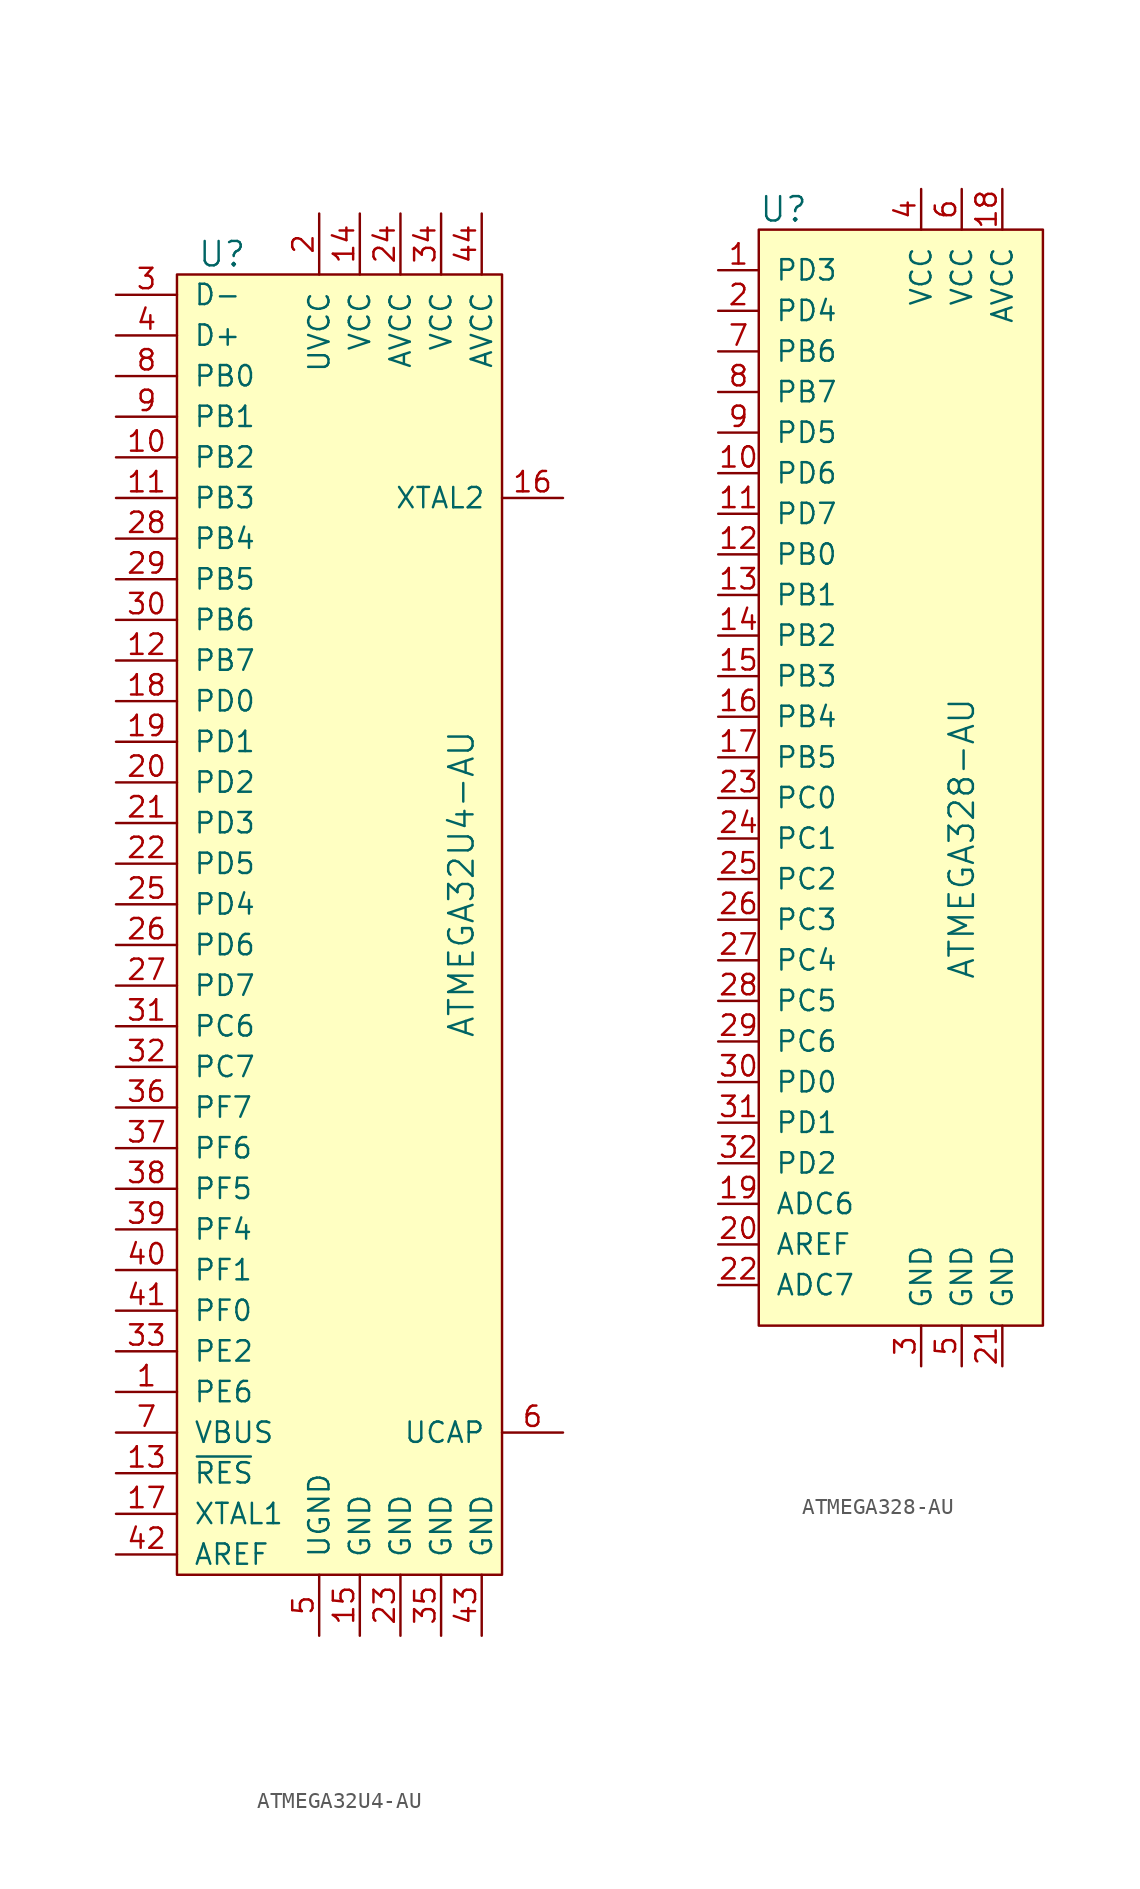
<source format=kicad_sym>
(kicad_symbol_lib
  (version 20211014)
  (generator kicad_symbol_editor)
  (symbol "ATMEGA32U4-AU"
    (pin_names
      (offset 1.016))
    (property "Reference" "U"
      (at -10.16 35.56 0)
      (effects (font (size 1.524 1.524)) (justify left)))
    (property "Value" "ATMEGA32U4-AU"
      (at 6.35 -3.81 90)
      (effects (font (size 1.524 1.524))))
    (symbol "ATMEGA32U4-AU_0_1"
      (rectangle (start -11.43 34.29) (end 8.89 -46.99) (stroke (width 0) (type default) (color 0 0 0 0)) (fill (type background))))
    (symbol "ATMEGA32U4-AU_1_1"
      (pin bidirectional line (at -15.24 -35.56 0) (length 3.81) (name "PE6" (effects (font (size 1.27 1.27)))) (number "1" (effects (font (size 1.27 1.27)))))
      (pin bidirectional line (at -15.24 22.86 0) (length 3.81) (name "PB2" (effects (font (size 1.27 1.27)))) (number "10" (effects (font (size 1.27 1.27)))))
      (pin bidirectional line (at -15.24 20.32 0) (length 3.81) (name "PB3" (effects (font (size 1.27 1.27)))) (number "11" (effects (font (size 1.27 1.27)))))
      (pin bidirectional line (at -15.24 10.16 0) (length 3.81) (name "PB7" (effects (font (size 1.27 1.27)))) (number "12" (effects (font (size 1.27 1.27)))))
      (pin input line (at -15.24 -40.64 0) (length 3.81) (name "~{RES}" (effects (font (size 1.27 1.27)))) (number "13" (effects (font (size 1.27 1.27)))))
      (pin power_in line (at 0 38.1 270) (length 3.81) (name "VCC" (effects (font (size 1.27 1.27)))) (number "14" (effects (font (size 1.27 1.27)))))
      (pin power_in line (at 0 -50.8 90) (length 3.81) (name "GND" (effects (font (size 1.27 1.27)))) (number "15" (effects (font (size 1.27 1.27)))))
      (pin output line (at 12.7 20.32 180) (length 3.81) (name "XTAL2" (effects (font (size 1.27 1.27)))) (number "16" (effects (font (size 1.27 1.27)))))
      (pin input line (at -15.24 -43.18 0) (length 3.81) (name "XTAL1" (effects (font (size 1.27 1.27)))) (number "17" (effects (font (size 1.27 1.27)))))
      (pin bidirectional line (at -15.24 7.62 0) (length 3.81) (name "PD0" (effects (font (size 1.27 1.27)))) (number "18" (effects (font (size 1.27 1.27)))))
      (pin bidirectional line (at -15.24 5.08 0) (length 3.81) (name "PD1" (effects (font (size 1.27 1.27)))) (number "19" (effects (font (size 1.27 1.27)))))
      (pin power_in line (at -2.54 38.1 270) (length 3.81) (name "UVCC" (effects (font (size 1.27 1.27)))) (number "2" (effects (font (size 1.27 1.27)))))
      (pin bidirectional line (at -15.24 2.54 0) (length 3.81) (name "PD2" (effects (font (size 1.27 1.27)))) (number "20" (effects (font (size 1.27 1.27)))))
      (pin bidirectional line (at -15.24 0 0) (length 3.81) (name "PD3" (effects (font (size 1.27 1.27)))) (number "21" (effects (font (size 1.27 1.27)))))
      (pin bidirectional line (at -15.24 -2.54 0) (length 3.81) (name "PD5" (effects (font (size 1.27 1.27)))) (number "22" (effects (font (size 1.27 1.27)))))
      (pin power_in line (at 2.54 -50.8 90) (length 3.81) (name "GND" (effects (font (size 1.27 1.27)))) (number "23" (effects (font (size 1.27 1.27)))))
      (pin power_in line (at 2.54 38.1 270) (length 3.81) (name "AVCC" (effects (font (size 1.27 1.27)))) (number "24" (effects (font (size 1.27 1.27)))))
      (pin bidirectional line (at -15.24 -5.08 0) (length 3.81) (name "PD4" (effects (font (size 1.27 1.27)))) (number "25" (effects (font (size 1.27 1.27)))))
      (pin bidirectional line (at -15.24 -7.62 0) (length 3.81) (name "PD6" (effects (font (size 1.27 1.27)))) (number "26" (effects (font (size 1.27 1.27)))))
      (pin bidirectional line (at -15.24 -10.16 0) (length 3.81) (name "PD7" (effects (font (size 1.27 1.27)))) (number "27" (effects (font (size 1.27 1.27)))))
      (pin bidirectional line (at -15.24 17.78 0) (length 3.81) (name "PB4" (effects (font (size 1.27 1.27)))) (number "28" (effects (font (size 1.27 1.27)))))
      (pin bidirectional line (at -15.24 15.24 0) (length 3.81) (name "PB5" (effects (font (size 1.27 1.27)))) (number "29" (effects (font (size 1.27 1.27)))))
      (pin bidirectional line (at -15.24 33.02 0) (length 3.81) (name "D-" (effects (font (size 1.27 1.27)))) (number "3" (effects (font (size 1.27 1.27)))))
      (pin bidirectional line (at -15.24 12.7 0) (length 3.81) (name "PB6" (effects (font (size 1.27 1.27)))) (number "30" (effects (font (size 1.27 1.27)))))
      (pin bidirectional line (at -15.24 -12.7 0) (length 3.81) (name "PC6" (effects (font (size 1.27 1.27)))) (number "31" (effects (font (size 1.27 1.27)))))
      (pin bidirectional line (at -15.24 -15.24 0) (length 3.81) (name "PC7" (effects (font (size 1.27 1.27)))) (number "32" (effects (font (size 1.27 1.27)))))
      (pin bidirectional line (at -15.24 -33.02 0) (length 3.81) (name "PE2" (effects (font (size 1.27 1.27)))) (number "33" (effects (font (size 1.27 1.27)))))
      (pin power_in line (at 5.08 38.1 270) (length 3.81) (name "VCC" (effects (font (size 1.27 1.27)))) (number "34" (effects (font (size 1.27 1.27)))))
      (pin power_in line (at 5.08 -50.8 90) (length 3.81) (name "GND" (effects (font (size 1.27 1.27)))) (number "35" (effects (font (size 1.27 1.27)))))
      (pin bidirectional line (at -15.24 -17.78 0) (length 3.81) (name "PF7" (effects (font (size 1.27 1.27)))) (number "36" (effects (font (size 1.27 1.27)))))
      (pin bidirectional line (at -15.24 -20.32 0) (length 3.81) (name "PF6" (effects (font (size 1.27 1.27)))) (number "37" (effects (font (size 1.27 1.27)))))
      (pin bidirectional line (at -15.24 -22.86 0) (length 3.81) (name "PF5" (effects (font (size 1.27 1.27)))) (number "38" (effects (font (size 1.27 1.27)))))
      (pin bidirectional line (at -15.24 -25.4 0) (length 3.81) (name "PF4" (effects (font (size 1.27 1.27)))) (number "39" (effects (font (size 1.27 1.27)))))
      (pin bidirectional line (at -15.24 30.48 0) (length 3.81) (name "D+" (effects (font (size 1.27 1.27)))) (number "4" (effects (font (size 1.27 1.27)))))
      (pin bidirectional line (at -15.24 -27.94 0) (length 3.81) (name "PF1" (effects (font (size 1.27 1.27)))) (number "40" (effects (font (size 1.27 1.27)))))
      (pin bidirectional line (at -15.24 -30.48 0) (length 3.81) (name "PF0" (effects (font (size 1.27 1.27)))) (number "41" (effects (font (size 1.27 1.27)))))
      (pin input line (at -15.24 -45.72 0) (length 3.81) (name "AREF" (effects (font (size 1.27 1.27)))) (number "42" (effects (font (size 1.27 1.27)))))
      (pin power_in line (at 7.62 -50.8 90) (length 3.81) (name "GND" (effects (font (size 1.27 1.27)))) (number "43" (effects (font (size 1.27 1.27)))))
      (pin power_in line (at 7.62 38.1 270) (length 3.81) (name "AVCC" (effects (font (size 1.27 1.27)))) (number "44" (effects (font (size 1.27 1.27)))))
      (pin power_in line (at -2.54 -50.8 90) (length 3.81) (name "UGND" (effects (font (size 1.27 1.27)))) (number "5" (effects (font (size 1.27 1.27)))))
      (pin unspecified line (at 12.7 -38.1 180) (length 3.81) (name "UCAP" (effects (font (size 1.27 1.27)))) (number "6" (effects (font (size 1.27 1.27)))))
      (pin input line (at -15.24 -38.1 0) (length 3.81) (name "VBUS" (effects (font (size 1.27 1.27)))) (number "7" (effects (font (size 1.27 1.27)))))
      (pin bidirectional line (at -15.24 27.94 0) (length 3.81) (name "PB0" (effects (font (size 1.27 1.27)))) (number "8" (effects (font (size 1.27 1.27)))))
      (pin bidirectional line (at -15.24 25.4 0) (length 3.81) (name "PB1" (effects (font (size 1.27 1.27)))) (number "9" (effects (font (size 1.27 1.27)))))))
  (symbol "ATMEGA328-AU"
    (pin_names
      (offset 1.016))
    (property "Reference" "U"
      (at -10.16 13.97 0)
      (effects (font (size 1.524 1.524)) (justify left)))
    (property "Value" "ATMEGA328-AU"
      (at 2.54 -25.4 90)
      (effects (font (size 1.524 1.524))))
    (symbol "ATMEGA328-AU_0_1"
      (rectangle (start -10.16 12.7) (end 7.62 -55.88) (stroke (width 0) (type default) (color 0 0 0 0)) (fill (type background))))
    (symbol "ATMEGA328-AU_1_1"
      (pin bidirectional line (at -12.7 10.16 0) (length 2.54) (name "PD3" (effects (font (size 1.27 1.27)))) (number "1" (effects (font (size 1.27 1.27)))))
      (pin bidirectional line (at -12.7 -2.54 0) (length 2.54) (name "PD6" (effects (font (size 1.27 1.27)))) (number "10" (effects (font (size 1.27 1.27)))))
      (pin bidirectional line (at -12.7 -5.08 0) (length 2.54) (name "PD7" (effects (font (size 1.27 1.27)))) (number "11" (effects (font (size 1.27 1.27)))))
      (pin bidirectional line (at -12.7 -7.62 0) (length 2.54) (name "PB0" (effects (font (size 1.27 1.27)))) (number "12" (effects (font (size 1.27 1.27)))))
      (pin bidirectional line (at -12.7 -10.16 0) (length 2.54) (name "PB1" (effects (font (size 1.27 1.27)))) (number "13" (effects (font (size 1.27 1.27)))))
      (pin bidirectional line (at -12.7 -12.7 0) (length 2.54) (name "PB2" (effects (font (size 1.27 1.27)))) (number "14" (effects (font (size 1.27 1.27)))))
      (pin bidirectional line (at -12.7 -15.24 0) (length 2.54) (name "PB3" (effects (font (size 1.27 1.27)))) (number "15" (effects (font (size 1.27 1.27)))))
      (pin bidirectional line (at -12.7 -17.78 0) (length 2.54) (name "PB4" (effects (font (size 1.27 1.27)))) (number "16" (effects (font (size 1.27 1.27)))))
      (pin bidirectional line (at -12.7 -20.32 0) (length 2.54) (name "PB5" (effects (font (size 1.27 1.27)))) (number "17" (effects (font (size 1.27 1.27)))))
      (pin power_in line (at 5.08 15.24 270) (length 2.54) (name "AVCC" (effects (font (size 1.27 1.27)))) (number "18" (effects (font (size 1.27 1.27)))))
      (pin bidirectional line (at -12.7 -48.26 0) (length 2.54) (name "ADC6" (effects (font (size 1.27 1.27)))) (number "19" (effects (font (size 1.27 1.27)))))
      (pin bidirectional line (at -12.7 7.62 0) (length 2.54) (name "PD4" (effects (font (size 1.27 1.27)))) (number "2" (effects (font (size 1.27 1.27)))))
      (pin input line (at -12.7 -50.8 0) (length 2.54) (name "AREF" (effects (font (size 1.27 1.27)))) (number "20" (effects (font (size 1.27 1.27)))))
      (pin power_in line (at 5.08 -58.42 90) (length 2.54) (name "GND" (effects (font (size 1.27 1.27)))) (number "21" (effects (font (size 1.27 1.27)))))
      (pin bidirectional line (at -12.7 -53.34 0) (length 2.54) (name "ADC7" (effects (font (size 1.27 1.27)))) (number "22" (effects (font (size 1.27 1.27)))))
      (pin bidirectional line (at -12.7 -22.86 0) (length 2.54) (name "PC0" (effects (font (size 1.27 1.27)))) (number "23" (effects (font (size 1.27 1.27)))))
      (pin bidirectional line (at -12.7 -25.4 0) (length 2.54) (name "PC1" (effects (font (size 1.27 1.27)))) (number "24" (effects (font (size 1.27 1.27)))))
      (pin bidirectional line (at -12.7 -27.94 0) (length 2.54) (name "PC2" (effects (font (size 1.27 1.27)))) (number "25" (effects (font (size 1.27 1.27)))))
      (pin input line (at -12.7 -30.48 0) (length 2.54) (name "PC3" (effects (font (size 1.27 1.27)))) (number "26" (effects (font (size 1.27 1.27)))))
      (pin input line (at -12.7 -33.02 0) (length 2.54) (name "PC4" (effects (font (size 1.27 1.27)))) (number "27" (effects (font (size 1.27 1.27)))))
      (pin input line (at -12.7 -35.56 0) (length 2.54) (name "PC5" (effects (font (size 1.27 1.27)))) (number "28" (effects (font (size 1.27 1.27)))))
      (pin input line (at -12.7 -38.1 0) (length 2.54) (name "PC6" (effects (font (size 1.27 1.27)))) (number "29" (effects (font (size 1.27 1.27)))))
      (pin power_in line (at 0 -58.42 90) (length 2.54) (name "GND" (effects (font (size 1.27 1.27)))) (number "3" (effects (font (size 1.27 1.27)))))
      (pin input line (at -12.7 -40.64 0) (length 2.54) (name "PD0" (effects (font (size 1.27 1.27)))) (number "30" (effects (font (size 1.27 1.27)))))
      (pin input line (at -12.7 -43.18 0) (length 2.54) (name "PD1" (effects (font (size 1.27 1.27)))) (number "31" (effects (font (size 1.27 1.27)))))
      (pin input line (at -12.7 -45.72 0) (length 2.54) (name "PD2" (effects (font (size 1.27 1.27)))) (number "32" (effects (font (size 1.27 1.27)))))
      (pin power_in line (at 0 15.24 270) (length 2.54) (name "VCC" (effects (font (size 1.27 1.27)))) (number "4" (effects (font (size 1.27 1.27)))))
      (pin power_in line (at 2.54 -58.42 90) (length 2.54) (name "GND" (effects (font (size 1.27 1.27)))) (number "5" (effects (font (size 1.27 1.27)))))
      (pin power_in line (at 2.54 15.24 270) (length 2.54) (name "VCC" (effects (font (size 1.27 1.27)))) (number "6" (effects (font (size 1.27 1.27)))))
      (pin bidirectional line (at -12.7 5.08 0) (length 2.54) (name "PB6" (effects (font (size 1.27 1.27)))) (number "7" (effects (font (size 1.27 1.27)))))
      (pin bidirectional line (at -12.7 2.54 0) (length 2.54) (name "PB7" (effects (font (size 1.27 1.27)))) (number "8" (effects (font (size 1.27 1.27)))))
      (pin bidirectional line (at -12.7 0 0) (length 2.54) (name "PD5" (effects (font (size 1.27 1.27)))) (number "9" (effects (font (size 1.27 1.27))))))))
</source>
